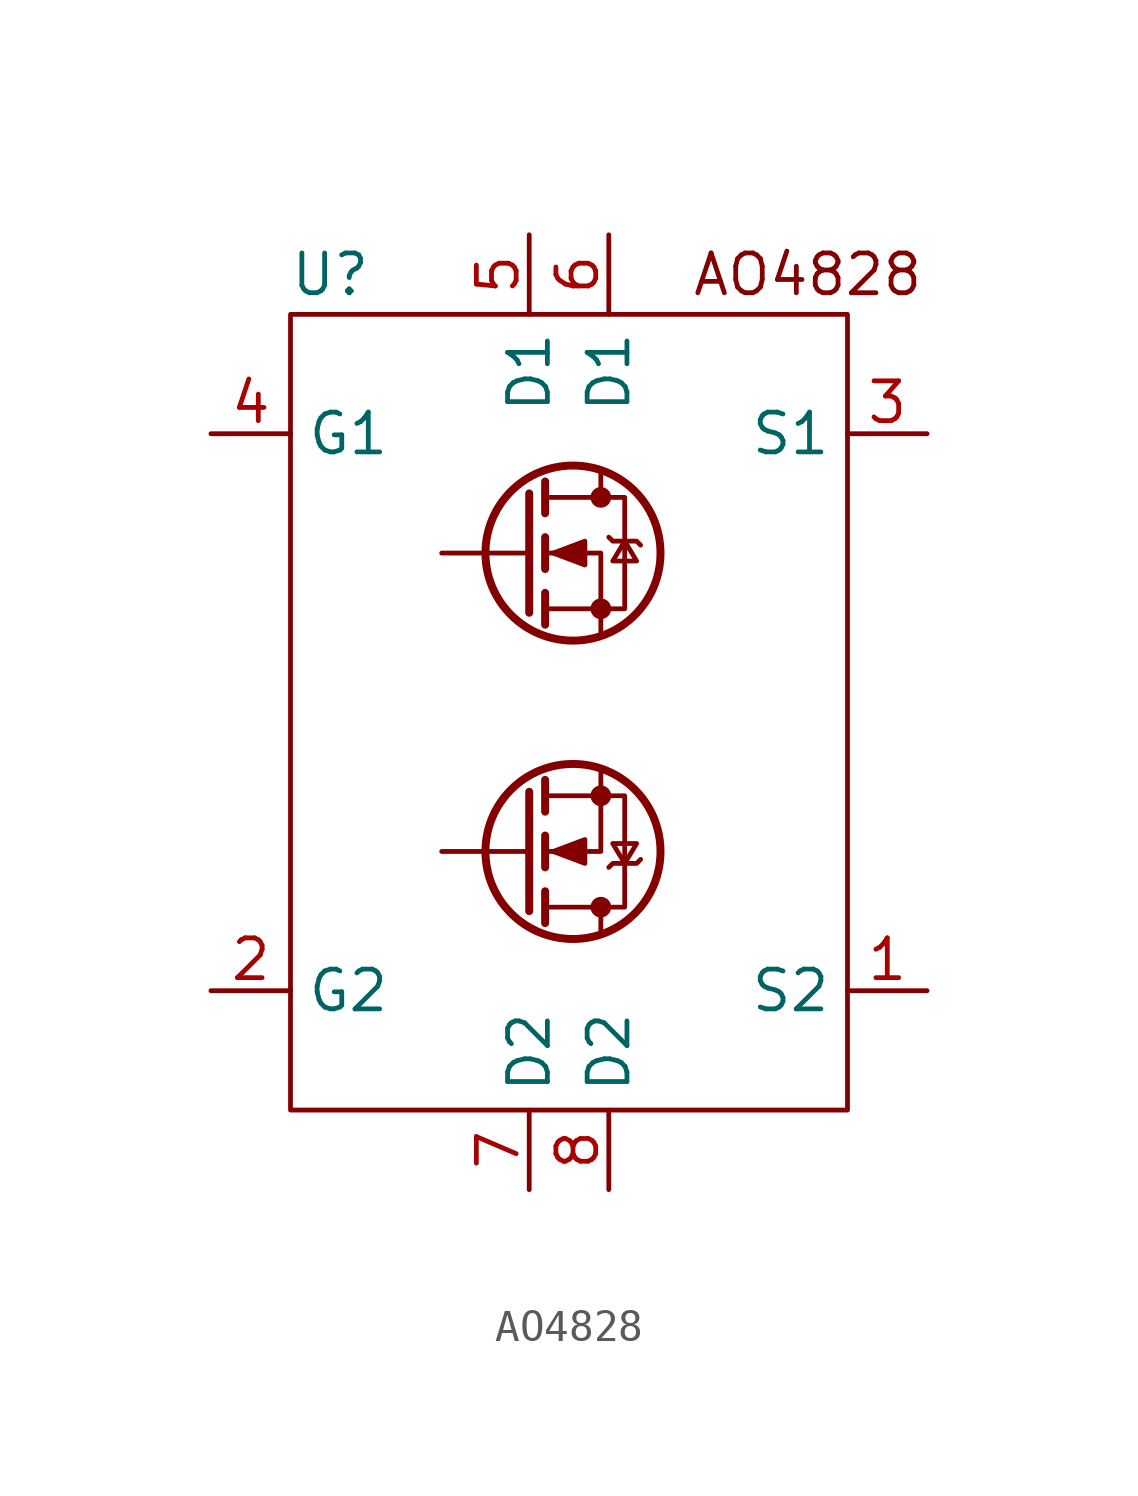
<source format=kicad_sym>
(kicad_symbol_lib
  (version 20220914)
  (generator kicad_symbol_editor)
  (symbol "AO4828"
    (property "Reference" "U"
      (at -7.62 13.97 0)
      (effects (font (size 1.27 1.27))))
    (property "Value" ""
      (at 1.016 -6.985 0)
      (effects (font (size 1.27 1.27))))
    (symbol "AO4828_0_1"
      (rectangle (start -8.89 12.7) (end 8.89 -12.7) (stroke (width 0) (type default)) (fill (type none)))
      (polyline (pts (xy -1.27 -6.35) (xy -1.27 -2.54)) (stroke (width 0.254) (type default)) (fill (type none)))
      (polyline (pts (xy -1.27 -4.445) (xy -4.064 -4.445)) (stroke (width 0) (type default)) (fill (type none)))
      (polyline (pts (xy -1.27 5.08) (xy -4.064 5.08)) (stroke (width 0) (type default)) (fill (type none)))
      (polyline (pts (xy -1.27 6.985) (xy -1.27 3.175)) (stroke (width 0.254) (type default)) (fill (type none)))
      (polyline (pts (xy -0.762 -6.731) (xy -0.762 -5.715)) (stroke (width 0.254) (type default)) (fill (type none)))
      (polyline (pts (xy -0.762 -4.953) (xy -0.762 -3.937)) (stroke (width 0.254) (type default)) (fill (type none)))
      (polyline (pts (xy -0.762 -3.175) (xy -0.762 -2.159)) (stroke (width 0.254) (type default)) (fill (type none)))
      (polyline (pts (xy -0.762 3.81) (xy -0.762 2.794)) (stroke (width 0.254) (type default)) (fill (type none)))
      (polyline (pts (xy -0.762 5.588) (xy -0.762 4.572)) (stroke (width 0.254) (type default)) (fill (type none)))
      (polyline (pts (xy -0.762 7.366) (xy -0.762 6.35)) (stroke (width 0.254) (type default)) (fill (type none)))
      (polyline (pts (xy 1.016 -6.985) (xy 1.016 -6.223)) (stroke (width 0) (type default)) (fill (type none)))
      (polyline (pts (xy 1.016 7.62) (xy 1.016 6.858)) (stroke (width 0) (type default)) (fill (type none)))
      (polyline (pts (xy 1.016 -1.905) (xy 1.016 -4.445) (xy -0.762 -4.445)) (stroke (width 0) (type default)) (fill (type none)))
      (polyline (pts (xy 1.016 2.54) (xy 1.016 5.08) (xy -0.762 5.08)) (stroke (width 0) (type default)) (fill (type none)))
      (polyline (pts (xy -0.762 -2.667) (xy 1.778 -2.667) (xy 1.778 -6.223) (xy -0.762 -6.223)) (stroke (width 0) (type default)) (fill (type none)))
      (polyline (pts (xy -0.762 3.302) (xy 1.778 3.302) (xy 1.778 6.858) (xy -0.762 6.858)) (stroke (width 0) (type default)) (fill (type none)))
      (polyline (pts (xy -0.508 -4.445) (xy 0.508 -4.826) (xy 0.508 -4.064) (xy -0.508 -4.445)) (stroke (width 0) (type default)) (fill (type outline)))
      (polyline (pts (xy -0.508 5.08) (xy 0.508 5.461) (xy 0.508 4.699) (xy -0.508 5.08)) (stroke (width 0) (type default)) (fill (type outline)))
      (polyline (pts (xy 1.27 -4.953) (xy 1.397 -4.826) (xy 2.159 -4.826) (xy 2.286 -4.699)) (stroke (width 0) (type default)) (fill (type none)))
      (polyline (pts (xy 1.27 5.588) (xy 1.397 5.461) (xy 2.159 5.461) (xy 2.286 5.334)) (stroke (width 0) (type default)) (fill (type none)))
      (polyline (pts (xy 1.778 -4.826) (xy 1.397 -4.191) (xy 2.159 -4.191) (xy 1.778 -4.826)) (stroke (width 0) (type default)) (fill (type none)))
      (polyline (pts (xy 1.778 5.461) (xy 1.397 4.826) (xy 2.159 4.826) (xy 1.778 5.461)) (stroke (width 0) (type default)) (fill (type none)))
      (circle (center 0.127 -4.445) (radius 2.794) (stroke (width 0.254) (type default)) (fill (type none)))
      (circle (center 0.127 5.08) (radius 2.794) (stroke (width 0.254) (type default)) (fill (type none)))
      (circle (center 1.016 -6.223) (radius 0.254) (stroke (width 0) (type default)) (fill (type outline)))
      (circle (center 1.016 -2.667) (radius 0.254) (stroke (width 0) (type default)) (fill (type outline)))
      (circle (center 1.016 3.302) (radius 0.254) (stroke (width 0) (type default)) (fill (type outline)))
      (circle (center 1.016 6.858) (radius 0.254) (stroke (width 0) (type default)) (fill (type outline))))
    (symbol "AO4828_1_1"
      (text "AO4828" (at 7.62 13.97 0) (effects (font (size 1.27 1.27))))
      (pin passive line (at 11.43 -8.89 180) (length 2.54) (name "S2" (effects (font (size 1.27 1.27)))) (number "1" (effects (font (size 1.27 1.27)))))
      (pin input line (at -11.43 -8.89 0) (length 2.54) (name "G2" (effects (font (size 1.27 1.27)))) (number "2" (effects (font (size 1.27 1.27)))))
      (pin passive line (at 11.43 8.89 180) (length 2.54) (name "S1" (effects (font (size 1.27 1.27)))) (number "3" (effects (font (size 1.27 1.27)))))
      (pin input line (at -11.43 8.89 0) (length 2.54) (name "G1" (effects (font (size 1.27 1.27)))) (number "4" (effects (font (size 1.27 1.27)))))
      (pin passive line (at -1.27 15.24 270) (length 2.54) (name "D1" (effects (font (size 1.27 1.27)))) (number "5" (effects (font (size 1.27 1.27)))))
      (pin passive line (at 1.27 15.24 270) (length 2.54) (name "D1" (effects (font (size 1.27 1.27)))) (number "6" (effects (font (size 1.27 1.27)))))
      (pin passive line (at -1.27 -15.24 90) (length 2.54) (name "D2" (effects (font (size 1.27 1.27)))) (number "7" (effects (font (size 1.27 1.27)))))
      (pin passive line (at 1.27 -15.24 90) (length 2.54) (name "D2" (effects (font (size 1.27 1.27)))) (number "8" (effects (font (size 1.27 1.27))))))))
</source>
